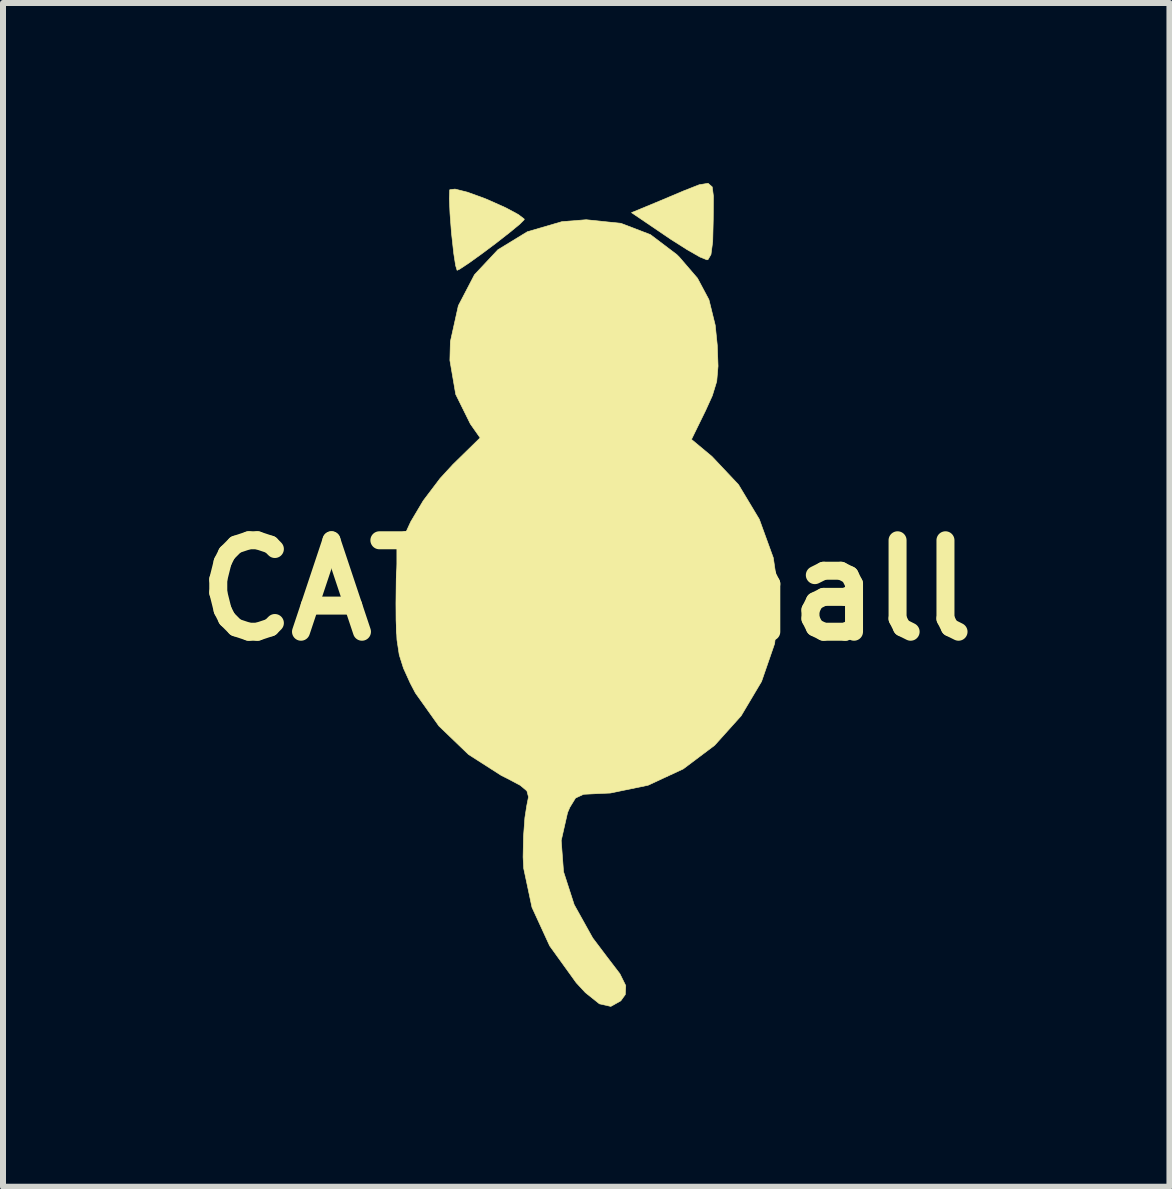
<source format=kicad_pcb>
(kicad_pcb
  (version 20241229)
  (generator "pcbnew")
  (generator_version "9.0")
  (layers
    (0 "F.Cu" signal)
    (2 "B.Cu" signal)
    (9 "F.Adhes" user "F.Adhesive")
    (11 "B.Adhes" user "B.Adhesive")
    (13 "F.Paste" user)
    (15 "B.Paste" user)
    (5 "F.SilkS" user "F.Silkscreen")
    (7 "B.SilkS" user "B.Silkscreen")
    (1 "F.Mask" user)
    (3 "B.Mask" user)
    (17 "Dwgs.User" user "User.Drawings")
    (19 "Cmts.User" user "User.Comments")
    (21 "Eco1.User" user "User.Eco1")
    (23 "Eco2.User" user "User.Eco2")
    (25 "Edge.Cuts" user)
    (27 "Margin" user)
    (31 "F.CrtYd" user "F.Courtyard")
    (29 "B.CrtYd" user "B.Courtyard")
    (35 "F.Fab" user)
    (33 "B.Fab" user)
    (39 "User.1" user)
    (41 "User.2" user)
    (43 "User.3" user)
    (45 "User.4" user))
  (footprint "CATs Small"
    (layer "F.Cu")
    (at 6.72 6.789)
    (property "Reference" "CATs Small" (at 0 0 0) (layer "F.SilkS") (effects (font (size 1.524 1.524) (thickness 0.3))))
    (attr through_hole)
    (fp_poly (pts (xy 2.1 -6.724) (xy 2.12 -6.57) (xy 2.118 -6.312) (xy 2.117 -6.179) (xy 2.108 -5.813) (xy 2.079 -5.597) (xy 2.029 -5.512) (xy 2.011 -5.509) (xy 1.895 -5.556) (xy 1.682 -5.678) (xy 1.411 -5.85) (xy 1.33 -5.905) (xy 0.755 -6.295) (xy 1.245 -6.498) (xy 1.631 -6.661) (xy 1.883 -6.76) (xy 2.031 -6.784) (xy 2.1 -6.724)) (stroke (width 0.01) (type solid)) (fill yes) (layer "F.SilkS"))
    (fp_poly (pts (xy -1.979 -6.636) (xy -1.685 -6.529) (xy -1.626 -6.504) (xy -1.34 -6.376) (xy -1.132 -6.264) (xy -1.035 -6.19) (xy -1.033 -6.178) (xy -1.107 -6.104) (xy -1.277 -5.964) (xy -1.502 -5.788) (xy -1.744 -5.607) (xy -1.96 -5.452) (xy -2.11 -5.353) (xy -2.152 -5.334) (xy -2.176 -5.411) (xy -2.208 -5.616) (xy -2.24 -5.907) (xy -2.246 -5.962) (xy -2.27 -6.278) (xy -2.281 -6.53) (xy -2.276 -6.67) (xy -2.274 -6.677) (xy -2.187 -6.688) (xy -1.979 -6.636)) (stroke (width 0.01) (type solid)) (fill yes) (layer "F.SilkS"))
    (fp_poly (pts (xy 0.579 -6.117) (xy 1.07 -5.929) (xy 1.51 -5.596) (xy 1.552 -5.554) (xy 1.854 -5.203) (xy 2.045 -4.845) (xy 2.15 -4.419) (xy 2.184 -4.087) (xy 2.197 -3.738) (xy 2.175 -3.483) (xy 2.102 -3.245) (xy 1.989 -2.996) (xy 1.754 -2.516) (xy 2.095 -2.232) (xy 2.538 -1.762) (xy 2.885 -1.184) (xy 3.118 -0.542) (xy 3.216 0.121) (xy 3.217 0.219) (xy 3.14 0.888) (xy 2.922 1.519) (xy 2.582 2.091) (xy 2.14 2.583) (xy 1.617 2.976) (xy 1.031 3.248) (xy 0.402 3.378) (xy 0.194 3.387) (xy -0.044 3.399) (xy -0.178 3.461) (xy -0.273 3.616) (xy -0.311 3.704) (xy -0.417 4.17) (xy -0.378 4.69) (xy -0.201 5.238) (xy 0.108 5.793) (xy 0.348 6.111) (xy 0.561 6.39) (xy 0.659 6.588) (xy 0.651 6.737) (xy 0.576 6.841) (xy 0.41 6.934) (xy 0.22 6.891) (xy -0.014 6.704) (xy -0.166 6.54) (xy -0.609 5.925) (xy -0.904 5.283) (xy -1.042 4.634) (xy -1.052 4.445) (xy -1.045 4.101) (xy -1.022 3.788) (xy -0.991 3.589) (xy -0.962 3.443) (xy -0.989 3.342) (xy -1.1 3.249) (xy -1.327 3.129) (xy -1.414 3.086) (xy -1.962 2.735) (xy -2.455 2.261) (xy -2.847 1.71) (xy -2.933 1.546) (xy -3.046 1.297) (xy -3.116 1.075) (xy -3.154 0.826) (xy -3.169 0.497) (xy -3.171 0.212) (xy -3.166 -0.198) (xy -3.145 -0.492) (xy -3.097 -0.726) (xy -3.012 -0.954) (xy -2.925 -1.143) (xy -2.716 -1.495) (xy -2.436 -1.865) (xy -2.223 -2.097) (xy -1.768 -2.542) (xy -1.931 -2.774) (xy -2.175 -3.267) (xy -2.272 -3.833) (xy -2.264 -4.146) (xy -2.131 -4.745) (xy -1.862 -5.261) (xy -1.472 -5.677) (xy -0.981 -5.977) (xy -0.405 -6.145) (xy 0 -6.177) (xy 0.579 -6.117)) (stroke (width 0.01) (type solid)) (fill yes) (layer "F.SilkS")))
  (gr_rect
    (start -3 -3)
    (end 16.44 16.728)
    (stroke (width 0.1) (type default))
    (fill no)
    (layer "Edge.Cuts")))
</source>
